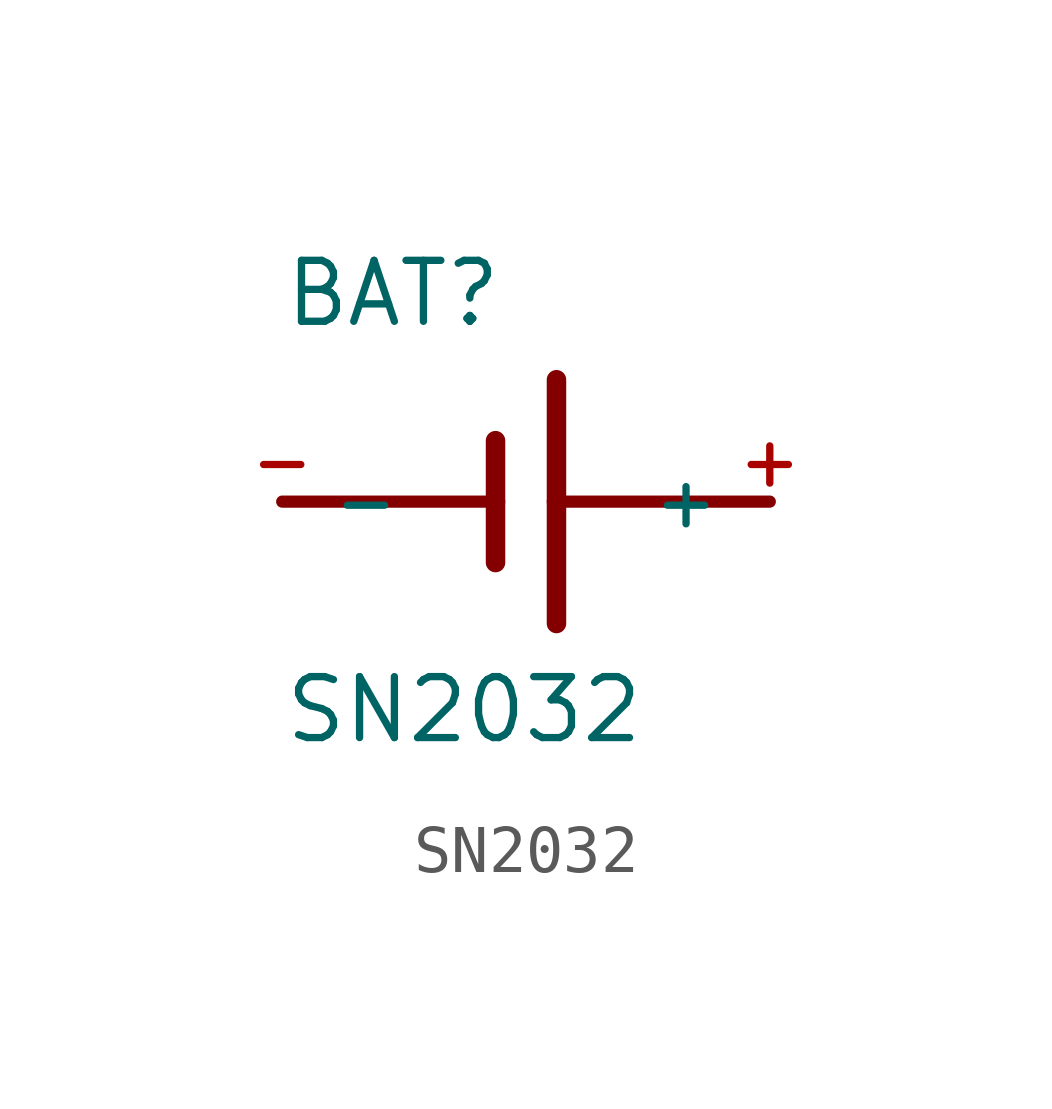
<source format=kicad_sym>
(kicad_symbol_lib
  (version 20211014)
  (generator kicad_symbol_editor)
  (symbol "SN2032"
    (pin_names
      (offset 1.016))
    (property "Reference" "BAT"
      (at -5.08 5.08 0.0)
      (effects (font (size 1.27 1.27)) (justify top left)))
    (property "Value" "SN2032"
      (at -5.08 -5.08 0)
      (effects (font (size 1.27 1.27)) (justify bottom left)))
    (symbol "SN2032_0_0"
      (polyline (pts (xy -0.635 1.27) (xy -0.635 0.0)) (stroke (width 0.406)))
      (polyline (pts (xy -0.635 0.0) (xy -0.635 -1.27)) (stroke (width 0.406)))
      (polyline (pts (xy 0.635 2.54) (xy 0.635 0.0)) (stroke (width 0.406)))
      (polyline (pts (xy 0.635 0.0) (xy 0.635 -2.54)) (stroke (width 0.406)))
      (polyline (pts (xy -5.08 0.0) (xy -0.635 0.0)) (stroke (width 0.254)))
      (polyline (pts (xy 0.635 0.0) (xy 5.08 0.0)) (stroke (width 0.254)))
      (pin passive line (at -5.08 0.0 0) (length 0) (name "-" (effects (font (size 1.016 1.016)))) (number "-" (effects (font (size 1.016 1.016)))))
      (pin passive line (at 5.08 0.0 180.0) (length 0) (name "+" (effects (font (size 1.016 1.016)))) (number "+" (effects (font (size 1.016 1.016))))))))
</source>
